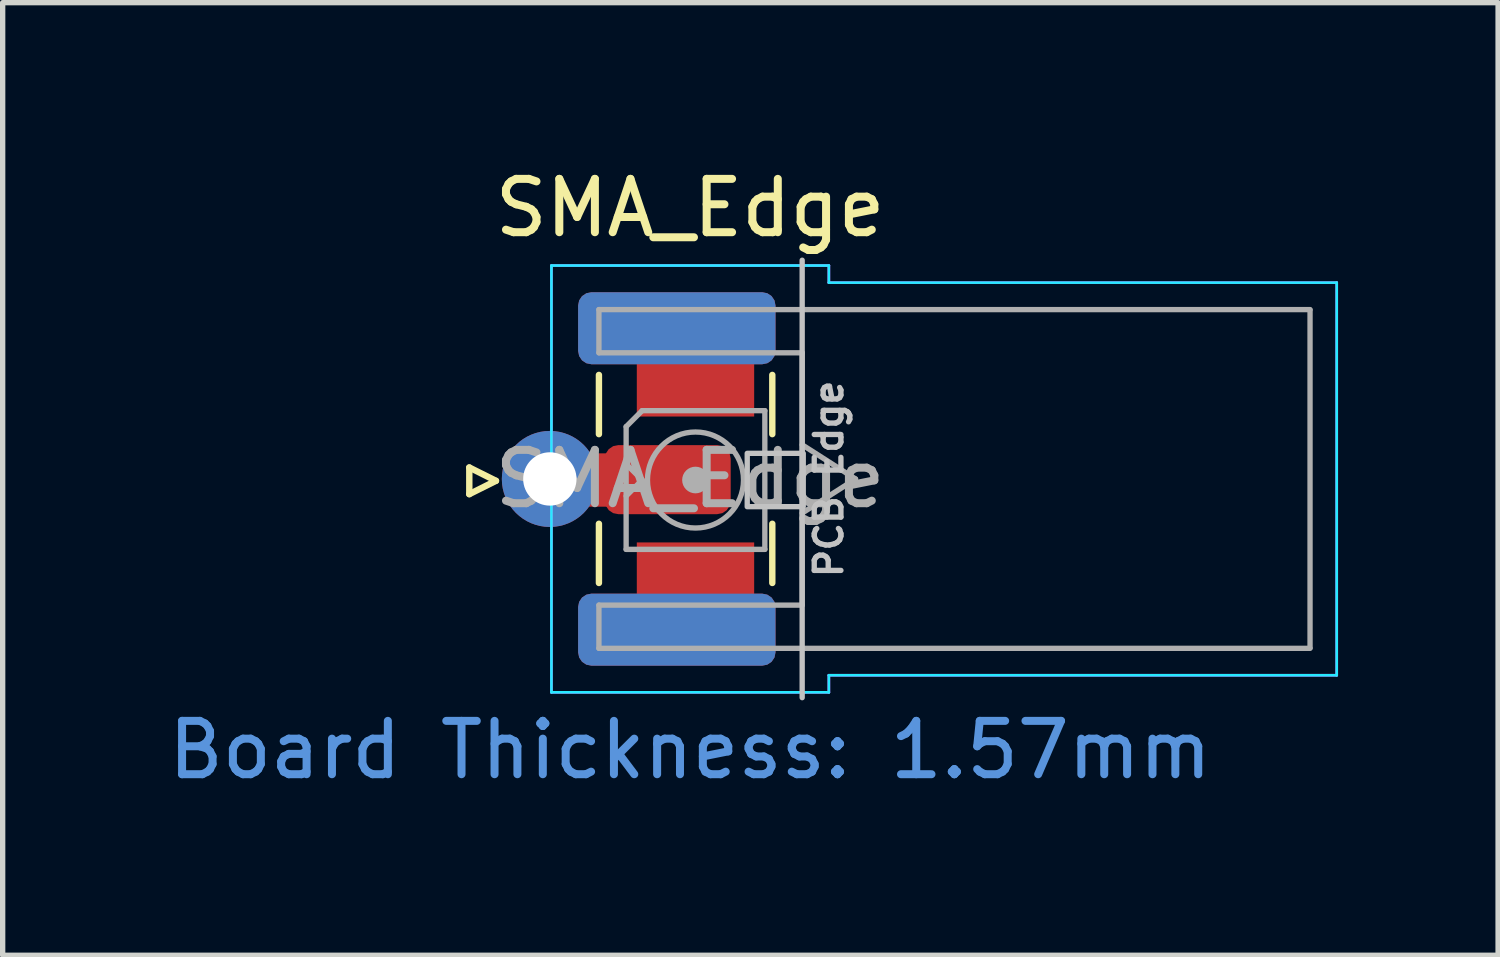
<source format=kicad_pcb>
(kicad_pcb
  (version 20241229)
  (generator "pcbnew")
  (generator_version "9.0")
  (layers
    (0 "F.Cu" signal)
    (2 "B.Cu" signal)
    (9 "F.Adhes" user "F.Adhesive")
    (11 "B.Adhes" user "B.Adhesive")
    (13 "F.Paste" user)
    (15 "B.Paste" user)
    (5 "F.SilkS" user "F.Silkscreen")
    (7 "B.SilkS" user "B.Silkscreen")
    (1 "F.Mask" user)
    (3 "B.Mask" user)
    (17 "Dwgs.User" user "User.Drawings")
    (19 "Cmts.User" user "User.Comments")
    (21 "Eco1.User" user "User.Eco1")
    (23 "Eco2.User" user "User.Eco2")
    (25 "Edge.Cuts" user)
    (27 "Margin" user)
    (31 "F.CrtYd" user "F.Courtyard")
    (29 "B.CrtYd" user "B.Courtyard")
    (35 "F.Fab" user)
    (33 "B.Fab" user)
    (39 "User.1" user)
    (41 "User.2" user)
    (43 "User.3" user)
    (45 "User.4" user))
  (footprint "SMA_Edge"
    (layer "F.Cu")
    (at 9.887 5.928)
    (property "Reference" "SMA_Edge" (at 0 -5.08 180) (layer "F.SilkS") (effects (font (size 1 1) (thickness 0.15))))
    (attr smd)
    (fp_line (start -4.14 -0.215) (end -4.14 0.285) (stroke (width 0.12) (type solid)) (layer "F.SilkS"))
    (fp_line (start -4.14 0.285) (end -3.64 0.035) (stroke (width 0.12) (type solid)) (layer "F.SilkS"))
    (fp_line (start -3.64 0.035) (end -4.14 -0.215) (stroke (width 0.12) (type solid)) (layer "F.SilkS"))
    (fp_line (start -1.71 -0.84) (end -1.71 -1.95) (stroke (width 0.12) (type solid)) (layer "F.SilkS"))
    (fp_line (start -1.71 1.95) (end -1.71 0.84) (stroke (width 0.12) (type solid)) (layer "F.SilkS"))
    (fp_line (start 1.54 -0.84) (end 1.54 -1.95) (stroke (width 0.12) (type solid)) (layer "F.SilkS"))
    (fp_line (start 1.54 1.95) (end 1.54 0.84) (stroke (width 0.12) (type solid)) (layer "F.SilkS"))
    (fp_line (start 2.1 -4.1) (end 2.1 4.1) (stroke (width 0.1) (type solid)) (layer "Dwgs.User"))
    (fp_rect (start 1.07 -0.48) (end 2.12 0.52) (stroke (width 0.1) (type default)) (fill no) (layer "Dwgs.User"))
    (fp_line (start -2.6 4) (end -2.6 -4) (stroke (width 0.05) (type solid)) (layer "B.CrtYd"))
    (fp_line (start 2.6 -4) (end -2.6 -4) (stroke (width 0.05) (type solid)) (layer "B.CrtYd"))
    (fp_line (start 2.6 -4) (end 2.6 -3.68) (stroke (width 0.05) (type solid)) (layer "B.CrtYd"))
    (fp_line (start 2.6 -3.68) (end 12.12 -3.68) (stroke (width 0.05) (type solid)) (layer "B.CrtYd"))
    (fp_line (start 2.6 3.68) (end 2.6 4) (stroke (width 0.05) (type solid)) (layer "B.CrtYd"))
    (fp_line (start 2.6 4) (end -2.6 4) (stroke (width 0.05) (type solid)) (layer "B.CrtYd"))
    (fp_line (start 12.12 -3.68) (end 12.12 3.68) (stroke (width 0.05) (type solid)) (layer "B.CrtYd"))
    (fp_line (start 12.12 3.68) (end 2.6 3.68) (stroke (width 0.05) (type solid)) (layer "B.CrtYd"))
    (fp_line (start -2.6 4) (end -2.6 -4) (stroke (width 0.05) (type solid)) (layer "F.CrtYd"))
    (fp_line (start 2.6 -4) (end -2.6 -4) (stroke (width 0.05) (type solid)) (layer "F.CrtYd"))
    (fp_line (start 2.6 -3.68) (end 2.6 -4) (stroke (width 0.05) (type solid)) (layer "F.CrtYd"))
    (fp_line (start 2.6 -3.68) (end 12.12 -3.68) (stroke (width 0.05) (type solid)) (layer "F.CrtYd"))
    (fp_line (start 2.6 3.68) (end 2.6 4) (stroke (width 0.05) (type solid)) (layer "F.CrtYd"))
    (fp_line (start 2.6 4) (end -2.6 4) (stroke (width 0.05) (type solid)) (layer "F.CrtYd"))
    (fp_line (start 12.12 -3.68) (end 12.12 3.68) (stroke (width 0.05) (type solid)) (layer "F.CrtYd"))
    (fp_line (start 12.12 3.68) (end 2.6 3.68) (stroke (width 0.05) (type solid)) (layer "F.CrtYd"))
    (fp_line (start -1.71 -3.175) (end -1.71 -2.365) (stroke (width 0.1) (type solid)) (layer "F.Fab"))
    (fp_line (start -1.71 -3.175) (end 11.62 -3.175) (stroke (width 0.1) (type solid)) (layer "F.Fab"))
    (fp_line (start -1.71 -2.365) (end 2.1 -2.365) (stroke (width 0.1) (type solid)) (layer "F.Fab"))
    (fp_line (start -1.71 2.365) (end -1.71 3.175) (stroke (width 0.1) (type solid)) (layer "F.Fab"))
    (fp_line (start -1.71 3.175) (end 11.62 3.175) (stroke (width 0.1) (type solid)) (layer "F.Fab"))
    (fp_line (start -1.2 -0.98) (end -1.2 1.32) (stroke (width 0.1) (type solid)) (layer "F.Fab"))
    (fp_line (start -1.2 -0.28) (end -0.9 0.02) (stroke (width 0.1) (type solid)) (layer "F.Fab"))
    (fp_line (start -0.9 -1.28) (end -1.2 -0.98) (stroke (width 0.1) (type solid)) (layer "F.Fab"))
    (fp_line (start -0.9 0.02) (end -1.2 0.32) (stroke (width 0.1) (type solid)) (layer "F.Fab"))
    (fp_line (start 1.4 -1.28) (end -0.9 -1.28) (stroke (width 0.1) (type solid)) (layer "F.Fab"))
    (fp_line (start 1.4 -1.28) (end 1.4 1.32) (stroke (width 0.1) (type solid)) (layer "F.Fab"))
    (fp_line (start 1.4 1.32) (end -1.2 1.32) (stroke (width 0.1) (type solid)) (layer "F.Fab"))
    (fp_line (start 2.1 -2.365) (end 2.1 2.365) (stroke (width 0.1) (type solid)) (layer "F.Fab"))
    (fp_line (start 2.1 -0.64) (end 3.1 0) (stroke (width 0.1) (type solid)) (layer "F.Fab"))
    (fp_line (start 2.1 2.365) (end -1.71 2.365) (stroke (width 0.1) (type solid)) (layer "F.Fab"))
    (fp_line (start 3.1 0) (end 2.1 0.64) (stroke (width 0.1) (type solid)) (layer "F.Fab"))
    (fp_line (start 11.62 -3.165) (end 11.62 3.165) (stroke (width 0.1) (type solid)) (layer "F.Fab"))
    (fp_circle (center 0.1 0.02) (end -0.1 0.02) (stroke (width 0.1) (type solid)) (fill no) (layer "F.Fab"))
    (fp_circle (center 0.1 0.02) (end -0.025 0.02) (stroke (width 0.1) (type solid)) (fill no) (layer "F.Fab"))
    (fp_circle (center 0.1 0.02) (end 0.05 0.02) (stroke (width 0.1) (type solid)) (fill no) (layer "F.Fab"))
    (fp_circle (center 0.1 0.02) (end 0.1 0.92) (stroke (width 0.1) (type solid)) (fill no) (layer "F.Fab"))
    (fp_text user "PCB Edge" (at 2.6 0 90) (layer "Dwgs.User") (effects (font (size 0.5 0.5) (thickness 0.1))))
    (fp_text user "Board Thickness: 1.57mm" (at 0 5.08 0) (layer "Cmts.User") (effects (font (size 1 1) (thickness 0.15))))
    (fp_text user "${REFERENCE}" (at 0 0 0) (layer "F.Fab") (effects (font (size 1 1) (thickness 0.15))))
    (pad "1" thru_hole circle (at -2.63 0) (size 1.8 1.8) (drill 1) (layers "*.Cu" "*.Mask"))
    (pad "1" smd rect (at -1.4 0.02 270) (size 1 1) (layers "F.Cu" "F.Mask" "F.Paste"))
    (pad "1" smd roundrect (at -0.42 0.013 90) (size 1.295 2.36) (layers "F.Cu" "F.Mask") (roundrect_rratio 0.197))
    (pad "2" smd roundrect (at -0.25 -2.825 90) (size 1.35 3.7) (layers "F.Cu" "F.Mask") (roundrect_rratio 0.185))
    (pad "2" smd roundrect (at -0.25 -2.825 90) (size 1.35 3.7) (layers "B.Cu" "B.Mask") (roundrect_rratio 0.185))
    (pad "2" smd roundrect (at -0.25 2.825 90) (size 1.35 3.7) (layers "F.Cu" "F.Mask") (roundrect_rratio 0.185))
    (pad "2" smd roundrect (at -0.25 2.825 90) (size 1.35 3.7) (layers "B.Cu" "B.Mask") (roundrect_rratio 0.185))
    (pad "2" smd rect (at 0.1 -1.89 270) (size 1.44 2.2) (layers "F.Cu" "F.Mask" "F.Paste"))
    (pad "2" smd rect (at 0.1 1.87 270) (size 1.36 2.2) (layers "F.Cu" "F.Mask" "F.Paste"))
    (zone (net_name "") (layer "F.Cu") (hatch edge 0.5) (connect_pads) (min_thickness 0.25) (filled_areas_thickness no) (keepout (tracks not_allowed) (vias not_allowed) (pads not_allowed) (copperpour not_allowed) (footprints allowed)) (placement (enabled no)) (fill) (polygon (pts (xy 10.737 4.998) (xy 10.737 6.898) (xy 12.047 6.898) (xy 12.057 4.998)))))
  (gr_rect
    (start -3 -3)
    (end 25.032 14.857)
    (stroke (width 0.1) (type default))
    (fill no)
    (layer "Edge.Cuts")))
</source>
